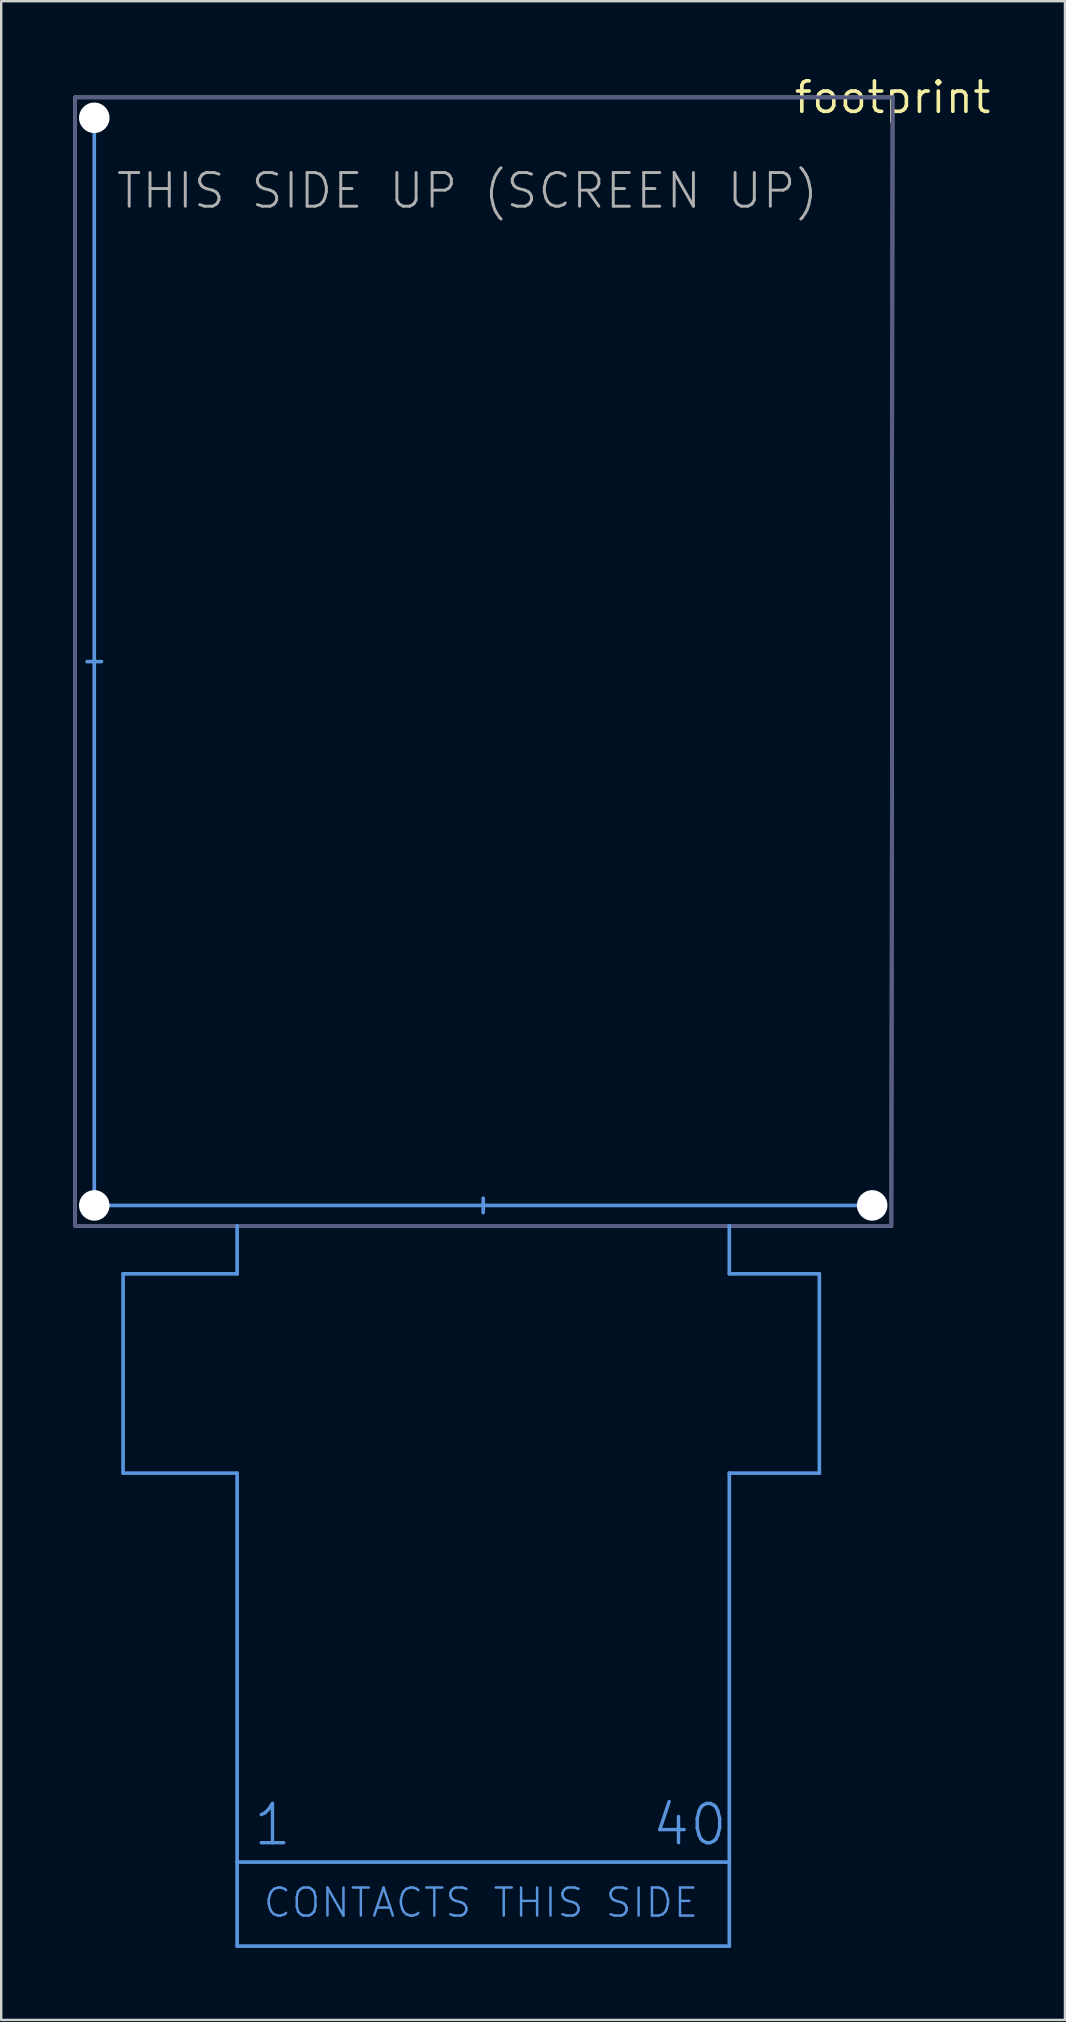
<source format=kicad_pcb>
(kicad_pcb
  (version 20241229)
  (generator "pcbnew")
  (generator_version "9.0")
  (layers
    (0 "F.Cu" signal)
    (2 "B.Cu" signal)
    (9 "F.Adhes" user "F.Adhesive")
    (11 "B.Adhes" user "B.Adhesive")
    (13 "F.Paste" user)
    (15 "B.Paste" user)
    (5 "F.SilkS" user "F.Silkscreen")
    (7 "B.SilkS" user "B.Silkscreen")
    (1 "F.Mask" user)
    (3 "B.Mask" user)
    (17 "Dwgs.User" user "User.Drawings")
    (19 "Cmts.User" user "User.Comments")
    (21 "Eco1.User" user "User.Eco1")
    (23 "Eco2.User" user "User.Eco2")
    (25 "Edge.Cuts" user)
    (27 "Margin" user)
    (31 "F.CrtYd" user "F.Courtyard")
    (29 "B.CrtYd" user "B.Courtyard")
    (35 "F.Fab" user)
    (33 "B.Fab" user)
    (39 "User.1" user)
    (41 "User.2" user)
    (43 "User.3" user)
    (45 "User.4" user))
  (footprint "footprint"
    (layer "F.Cu")
    (at 34.126 1.006)
    (property "Reference" "footprint" (at 0 0 0) (layer "F.SilkS") (effects (font (size 1.27 1.27) (thickness 0.15))))
    (fp_line (start -33.55 23.5) (end -32.95 23.5) (stroke (width 0.152) (type solid)) (layer "Cmts.User"))
    (fp_line (start -33.25 46.15) (end -33.25 0.85) (stroke (width 0.152) (type solid)) (layer "Cmts.User"))
    (fp_line (start -33.25 46.15) (end -0.85 46.15) (stroke (width 0.152) (type solid)) (layer "Cmts.User"))
    (fp_line (start -32.05 49) (end -27.3 49) (stroke (width 0.152) (type solid)) (layer "Cmts.User"))
    (fp_line (start -32.05 57.3) (end -32.05 49) (stroke (width 0.152) (type solid)) (layer "Cmts.User"))
    (fp_line (start -27.3 49) (end -27.3 47) (stroke (width 0.152) (type solid)) (layer "Cmts.User"))
    (fp_line (start -27.3 57.3) (end -32.05 57.3) (stroke (width 0.152) (type solid)) (layer "Cmts.User"))
    (fp_line (start -27.3 73.5) (end -27.3 57.3) (stroke (width 0.152) (type solid)) (layer "Cmts.User"))
    (fp_line (start -27.3 73.5) (end -27.3 77) (stroke (width 0.152) (type solid)) (layer "Cmts.User"))
    (fp_line (start -27.3 77) (end -6.8 77) (stroke (width 0.152) (type solid)) (layer "Cmts.User"))
    (fp_line (start -17.05 45.85) (end -17.05 46.45) (stroke (width 0.152) (type solid)) (layer "Cmts.User"))
    (fp_line (start -6.8 47) (end -6.8 49) (stroke (width 0.152) (type solid)) (layer "Cmts.User"))
    (fp_line (start -6.8 49) (end -3.05 49) (stroke (width 0.152) (type solid)) (layer "Cmts.User"))
    (fp_line (start -6.8 57.3) (end -6.8 73.5) (stroke (width 0.152) (type solid)) (layer "Cmts.User"))
    (fp_line (start -6.8 73.5) (end -27.3 73.5) (stroke (width 0.152) (type solid)) (layer "Cmts.User"))
    (fp_line (start -6.8 77) (end -6.8 73.5) (stroke (width 0.152) (type solid)) (layer "Cmts.User"))
    (fp_line (start -3.05 49) (end -3.05 57.3) (stroke (width 0.152) (type solid)) (layer "Cmts.User"))
    (fp_line (start -3.05 57.3) (end -6.8 57.3) (stroke (width 0.152) (type solid)) (layer "Cmts.User"))
    (fp_line (start -34.05 0) (end -34.05 47) (stroke (width 0.152) (type solid)) (layer "B.Fab"))
    (fp_line (start -34.05 47) (end -0.05 47) (stroke (width 0.152) (type solid)) (layer "B.Fab"))
    (fp_line (start -27.3 47) (end -6.8 47) (stroke (width 0.152) (type solid)) (layer "B.Fab"))
    (fp_line (start -0.05 47) (end 0 0) (stroke (width 0.152) (type solid)) (layer "B.Fab"))
    (fp_line (start 0 0) (end -34.05 0) (stroke (width 0.152) (type solid)) (layer "B.Fab"))
    (fp_line (start -34.05 0) (end -34.05 47) (stroke (width 0.152) (type solid)) (layer "F.Fab"))
    (fp_line (start -34.05 47) (end -0.05 47) (stroke (width 0.152) (type solid)) (layer "F.Fab"))
    (fp_line (start -27.3 47) (end -6.8 47) (stroke (width 0.152) (type solid)) (layer "F.Fab"))
    (fp_line (start -0.05 47) (end 0 0) (stroke (width 0.152) (type solid)) (layer "F.Fab"))
    (fp_line (start 0 0) (end -34.05 0) (stroke (width 0.152) (type solid)) (layer "F.Fab"))
    (fp_text user "CONTACTS THIS SIDE" (at -26.274 75.876 0) (layer "Cmts.User") (effects (font (size 1.168 1.168) (thickness 0.102)) (justify left bottom)))
    (fp_text user "40" (at -10.1 72.9 0) (layer "Cmts.User") (effects (font (size 1.636 1.636) (thickness 0.142)) (justify left bottom)))
    (fp_text user "1" (at -26.7 72.9 0) (layer "Cmts.User") (effects (font (size 1.636 1.636) (thickness 0.142)) (justify left bottom)))
    (fp_text user "THIS SIDE UP (SCREEN UP)" (at -32.41 4.71 0) (layer "F.Fab") (effects (font (size 1.402 1.402) (thickness 0.122)) (justify left bottom)))
    (pad "" np_thru_hole circle (at -33.25 0.85) (size 1.27 1.27) (drill 1.27) (layers "*.Cu" "*.Mask"))
    (pad "" np_thru_hole circle (at -33.25 46.15) (size 1.27 1.27) (drill 1.27) (layers "*.Cu" "*.Mask"))
    (pad "" np_thru_hole circle (at -0.85 46.15) (size 1.27 1.27) (drill 1.27) (layers "*.Cu" "*.Mask")))
  (gr_rect
    (start -3 -3)
    (end 41.306 81.082)
    (stroke (width 0.1) (type default))
    (fill no)
    (layer "Edge.Cuts")))
</source>
